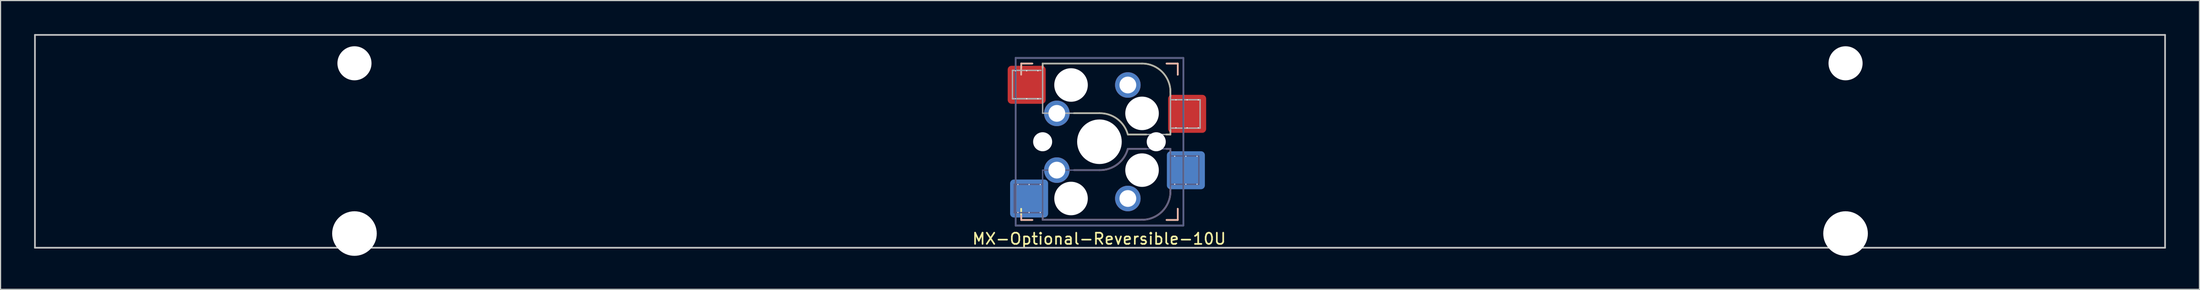
<source format=kicad_pcb>
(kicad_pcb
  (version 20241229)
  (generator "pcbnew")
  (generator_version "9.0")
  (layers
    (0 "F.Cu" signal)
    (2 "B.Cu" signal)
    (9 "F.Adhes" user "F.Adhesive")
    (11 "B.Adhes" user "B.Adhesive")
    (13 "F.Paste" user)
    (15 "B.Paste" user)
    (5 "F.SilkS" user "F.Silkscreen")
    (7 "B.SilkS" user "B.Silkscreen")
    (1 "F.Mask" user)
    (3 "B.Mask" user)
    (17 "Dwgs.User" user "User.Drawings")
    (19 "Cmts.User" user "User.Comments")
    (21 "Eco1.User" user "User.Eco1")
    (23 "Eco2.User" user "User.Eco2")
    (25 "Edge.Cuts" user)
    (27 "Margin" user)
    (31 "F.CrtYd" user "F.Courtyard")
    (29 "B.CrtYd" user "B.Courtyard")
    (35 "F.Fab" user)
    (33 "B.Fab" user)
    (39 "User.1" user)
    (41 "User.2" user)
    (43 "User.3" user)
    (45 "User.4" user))
  (footprint "MX-Optional-Reversible-10U"
    (layer "F.Cu")
    (at 95.325 9.6)
    (property "Reference" "MX-Optional-Reversible-10U" (at -0.077 8.726 180) (layer "F.SilkS") (effects (font (size 1 1) (thickness 0.15))))
    (attr smd)
    (fp_rect (start -8.258 -6.062) (end -4.858 -4.062) (stroke (width 0.1) (type solid)) (fill yes) (layer "F.Mask"))
    (fp_rect (start 6.092 -3.462) (end 9.492 -1.462) (stroke (width 0.1) (type solid)) (fill yes) (layer "F.Mask"))
    (fp_rect (start -8.041 4.118) (end -4.641 6.118) (stroke (width 0.1) (type solid)) (fill yes) (layer "B.Mask"))
    (fp_rect (start 5.979 1.588) (end 9.379 3.588) (stroke (width 0.1) (type solid)) (fill yes) (layer "B.Mask"))
    (fp_line (start -7.051 -6.962) (end -6.051 -6.962) (stroke (width 0.15) (type solid)) (layer "F.SilkS"))
    (fp_line (start -7.051 -6.566) (end -7.051 -6.962) (stroke (width 0.15) (type solid)) (layer "F.SilkS"))
    (fp_line (start -7.051 7.038) (end -7.051 6.038) (stroke (width 0.15) (type solid)) (layer "F.SilkS"))
    (fp_line (start -6.051 7.038) (end -7.051 7.038) (stroke (width 0.15) (type solid)) (layer "F.SilkS"))
    (fp_line (start -5.131 -6.581) (end -5.131 -6.962) (stroke (width 0.15) (type solid)) (layer "F.SilkS"))
    (fp_line (start -2.337 -2.517) (end -0.051 -2.517) (stroke (width 0.15) (type solid)) (layer "F.SilkS"))
    (fp_line (start 2.489 -0.612) (end 4.14 -0.612) (stroke (width 0.15) (type solid)) (layer "F.SilkS"))
    (fp_line (start 3.759 -6.962) (end -5.131 -6.962) (stroke (width 0.15) (type solid)) (layer "F.SilkS"))
    (fp_line (start 5.918 -0.612) (end 6.299 -0.612) (stroke (width 0.15) (type solid)) (layer "F.SilkS"))
    (fp_line (start 5.949 -6.962) (end 6.949 -6.962) (stroke (width 0.15) (type solid)) (layer "F.SilkS"))
    (fp_line (start 6.299 -4.041) (end 6.299 -4.422) (stroke (width 0.15) (type solid)) (layer "F.SilkS"))
    (fp_line (start 6.299 -0.612) (end 6.299 -0.993) (stroke (width 0.15) (type solid)) (layer "F.SilkS"))
    (fp_line (start 6.949 -6.962) (end 6.949 -5.962) (stroke (width 0.15) (type solid)) (layer "F.SilkS"))
    (fp_line (start 6.949 6.038) (end 6.949 7.038) (stroke (width 0.15) (type solid)) (layer "F.SilkS"))
    (fp_line (start 6.949 7.038) (end 5.949 7.038) (stroke (width 0.15) (type solid)) (layer "F.SilkS"))
    (fp_arc (start -0.05085 -2.51696) (mid 1.54712 -2.001754) (end 2.48915 -0.61196) (stroke (width 0.15) (type solid)) (layer "F.SilkS"))
    (fp_arc (start 3.75915 -6.96196) (mid 5.555201 -6.218011) (end 6.29915 -4.42196) (stroke (width 0.15) (type solid)) (layer "F.SilkS"))
    (fp_line (start -7.051 -6.962) (end -6.051 -6.962) (stroke (width 0.15) (type solid)) (layer "B.SilkS"))
    (fp_line (start -7.051 -5.962) (end -7.051 -6.962) (stroke (width 0.15) (type solid)) (layer "B.SilkS"))
    (fp_line (start -7.051 7.038) (end -7.051 6.642) (stroke (width 0.15) (type solid)) (layer "B.SilkS"))
    (fp_line (start -6.051 7.038) (end -7.051 7.038) (stroke (width 0.15) (type solid)) (layer "B.SilkS"))
    (fp_line (start -5.131 7.023) (end -5.131 6.642) (stroke (width 0.15) (type solid)) (layer "B.SilkS"))
    (fp_line (start -5.131 7.023) (end 3.759 7.023) (stroke (width 0.15) (type solid)) (layer "B.SilkS"))
    (fp_line (start -0.051 2.578) (end -2.337 2.578) (stroke (width 0.15) (type solid)) (layer "B.SilkS"))
    (fp_line (start 4.14 0.673) (end 2.489 0.673) (stroke (width 0.15) (type solid)) (layer "B.SilkS"))
    (fp_line (start 5.949 -6.962) (end 6.949 -6.962) (stroke (width 0.15) (type solid)) (layer "B.SilkS"))
    (fp_line (start 6.299 0.673) (end 5.918 0.673) (stroke (width 0.15) (type solid)) (layer "B.SilkS"))
    (fp_line (start 6.299 1.054) (end 6.299 0.673) (stroke (width 0.15) (type solid)) (layer "B.SilkS"))
    (fp_line (start 6.299 4.483) (end 6.299 4.102) (stroke (width 0.15) (type solid)) (layer "B.SilkS"))
    (fp_line (start 6.949 -6.962) (end 6.949 -5.962) (stroke (width 0.15) (type solid)) (layer "B.SilkS"))
    (fp_line (start 6.949 6.038) (end 6.949 7.038) (stroke (width 0.15) (type solid)) (layer "B.SilkS"))
    (fp_line (start 6.949 7.038) (end 5.949 7.038) (stroke (width 0.15) (type solid)) (layer "B.SilkS"))
    (fp_arc (start 2.48915 0.67304) (mid 1.547119 2.062831) (end -0.05085 2.57804) (stroke (width 0.15) (type solid)) (layer "B.SilkS"))
    (fp_arc (start 6.29915 4.48304) (mid 5.555201 6.279091) (end 3.75915 7.02304) (stroke (width 0.15) (type solid)) (layer "B.SilkS"))
    (fp_line (start -95.25 9.525) (end -95.25 -9.525) (stroke (width 0.15) (type solid)) (layer "Dwgs.User"))
    (fp_line (start 95.25 -9.525) (end -95.25 -9.525) (stroke (width 0.15) (type solid)) (layer "Dwgs.User"))
    (fp_line (start 95.25 9.525) (end -95.25 9.525) (stroke (width 0.15) (type solid)) (layer "Dwgs.User"))
    (fp_line (start 95.25 9.525) (end 95.25 -9.525) (stroke (width 0.15) (type solid)) (layer "Dwgs.User"))
    (fp_line (start -6.951 6.938) (end -6.951 -6.862) (stroke (width 0.15) (type solid)) (layer "Eco2.User"))
    (fp_line (start -6.951 6.938) (end 6.849 6.938) (stroke (width 0.15) (type solid)) (layer "Eco2.User"))
    (fp_line (start 6.849 -6.862) (end -6.951 -6.862) (stroke (width 0.15) (type solid)) (layer "Eco2.User"))
    (fp_line (start 6.849 -6.862) (end 6.849 6.938) (stroke (width 0.15) (type solid)) (layer "Eco2.User"))
    (fp_line (start -7.671 3.848) (end -7.671 6.388) (stroke (width 0.12) (type solid)) (layer "B.Fab"))
    (fp_line (start -7.671 6.388) (end -5.131 6.388) (stroke (width 0.12) (type solid)) (layer "B.Fab"))
    (fp_line (start -7.551 -7.462) (end 7.449 -7.462) (stroke (width 0.15) (type solid)) (layer "B.Fab"))
    (fp_line (start -7.551 7.538) (end -7.551 -7.462) (stroke (width 0.15) (type solid)) (layer "B.Fab"))
    (fp_line (start -5.131 2.578) (end -5.131 7.023) (stroke (width 0.12) (type solid)) (layer "B.Fab"))
    (fp_line (start -5.131 3.848) (end -7.671 3.848) (stroke (width 0.12) (type solid)) (layer "B.Fab"))
    (fp_line (start -5.131 7.023) (end 3.759 7.023) (stroke (width 0.12) (type solid)) (layer "B.Fab"))
    (fp_line (start -0.051 2.578) (end -5.131 2.578) (stroke (width 0.12) (type solid)) (layer "B.Fab"))
    (fp_line (start 6.299 0.673) (end 2.489 0.673) (stroke (width 0.12) (type solid)) (layer "B.Fab"))
    (fp_line (start 6.299 3.848) (end 8.839 3.848) (stroke (width 0.12) (type solid)) (layer "B.Fab"))
    (fp_line (start 6.299 4.483) (end 6.299 0.673) (stroke (width 0.12) (type solid)) (layer "B.Fab"))
    (fp_line (start 7.449 -7.462) (end 7.449 7.538) (stroke (width 0.15) (type solid)) (layer "B.Fab"))
    (fp_line (start 7.449 7.538) (end -7.551 7.538) (stroke (width 0.15) (type solid)) (layer "B.Fab"))
    (fp_line (start 8.839 1.308) (end 6.299 1.308) (stroke (width 0.12) (type solid)) (layer "B.Fab"))
    (fp_line (start 8.839 3.848) (end 8.839 1.308) (stroke (width 0.12) (type solid)) (layer "B.Fab"))
    (fp_arc (start 2.48915 0.67304) (mid 1.547119 2.062831) (end -0.05085 2.57804) (stroke (width 0.12) (type solid)) (layer "B.Fab"))
    (fp_arc (start 6.29915 4.48304) (mid 5.555201 6.279091) (end 3.75915 7.02304) (stroke (width 0.12) (type solid)) (layer "B.Fab"))
    (fp_line (start -7.828 -6.352) (end -7.828 -3.812) (stroke (width 0.12) (type solid)) (layer "F.Fab"))
    (fp_line (start -7.828 -3.812) (end -5.288 -3.812) (stroke (width 0.12) (type solid)) (layer "F.Fab"))
    (fp_line (start -7.828 -3.812) (end -5.288 -3.812) (stroke (width 0.12) (type solid)) (layer "F.Fab"))
    (fp_line (start -7.551 -7.462) (end 7.449 -7.462) (stroke (width 0.15) (type solid)) (layer "F.Fab"))
    (fp_line (start -7.551 7.538) (end -7.551 -7.462) (stroke (width 0.15) (type solid)) (layer "F.Fab"))
    (fp_line (start -5.288 -6.352) (end -7.828 -6.352) (stroke (width 0.12) (type solid)) (layer "F.Fab"))
    (fp_line (start -5.131 -6.962) (end -5.131 -2.517) (stroke (width 0.12) (type solid)) (layer "F.Fab"))
    (fp_line (start -5.131 -2.517) (end -0.051 -2.517) (stroke (width 0.12) (type solid)) (layer "F.Fab"))
    (fp_line (start 2.489 -0.612) (end 6.299 -0.612) (stroke (width 0.12) (type solid)) (layer "F.Fab"))
    (fp_line (start 3.759 -6.962) (end -5.131 -6.962) (stroke (width 0.12) (type solid)) (layer "F.Fab"))
    (fp_line (start 6.299 -0.612) (end 6.299 -4.422) (stroke (width 0.12) (type solid)) (layer "F.Fab"))
    (fp_line (start 6.412 -1.182) (end 8.952 -1.182) (stroke (width 0.12) (type solid)) (layer "F.Fab"))
    (fp_line (start 7.449 -7.462) (end 7.449 7.538) (stroke (width 0.15) (type solid)) (layer "F.Fab"))
    (fp_line (start 7.449 7.538) (end -7.551 7.538) (stroke (width 0.15) (type solid)) (layer "F.Fab"))
    (fp_line (start 8.952 -3.722) (end 6.412 -3.722) (stroke (width 0.12) (type solid)) (layer "F.Fab"))
    (fp_line (start 8.952 -1.182) (end 8.952 -3.722) (stroke (width 0.12) (type solid)) (layer "F.Fab"))
    (fp_arc (start -0.05085 -2.51696) (mid 1.547122 -2.001755) (end 2.48915 -0.61196) (stroke (width 0.12) (type solid)) (layer "F.Fab"))
    (fp_arc (start 3.75915 -6.96196) (mid 5.555201 -6.218011) (end 6.29915 -4.42196) (stroke (width 0.12) (type solid)) (layer "F.Fab"))
    (pad "" np_thru_hole circle (at -66.675 -6.985) (size 3.048 3.048) (drill 3.048) (layers "*.Cu" "*.Mask"))
    (pad "" np_thru_hole circle (at -66.675 8.255) (size 3.988 3.988) (drill 3.988) (layers "*.Cu" "*.Mask"))
    (pad "" np_thru_hole circle (at -5.131 0.038) (size 1.702 1.702) (drill 1.702) (layers "*.Cu" "*.Mask"))
    (pad "" np_thru_hole circle (at -2.591 -5.042) (size 3 3) (drill 3) (layers "*.Cu" "*.Mask"))
    (pad "" np_thru_hole circle (at -2.591 5.118) (size 3 3) (drill 3) (layers "*.Cu" "*.Mask"))
    (pad "" np_thru_hole circle (at -0.051 0.038) (size 3.988 3.988) (drill 3.988) (layers "*.Cu" "*.Mask"))
    (pad "" np_thru_hole circle (at 3.759 -2.502) (size 3 3) (drill 3) (layers "*.Cu" "*.Mask"))
    (pad "" np_thru_hole circle (at 3.759 2.578) (size 3 3) (drill 3) (layers "*.Cu" "*.Mask"))
    (pad "" np_thru_hole circle (at 5.029 0.038) (size 1.702 1.702) (drill 1.702) (layers "*.Cu" "*.Mask"))
    (pad "" np_thru_hole circle (at 66.675 -6.985) (size 3.048 3.048) (drill 3.048) (layers "*.Cu" "*.Mask"))
    (pad "" np_thru_hole circle (at 66.675 8.255) (size 3.988 3.988) (drill 3.988) (layers "*.Cu" "*.Mask"))
    (pad "1" thru_hole circle (at -7.558 -6.312 270) (size 0.1 0.1) (drill 0.3) (layers "*.Cu" "*.Mask"))
    (pad "1" thru_hole circle (at -7.558 -3.812 270) (size 0.1 0.1) (drill 0.3) (layers "*.Cu" "*.Mask"))
    (pad "1" thru_hole circle (at -7.341 3.868 270) (size 0.1 0.1) (drill 0.3) (layers "*.Cu" "*.Mask"))
    (pad "1" thru_hole circle (at -7.341 6.368 270) (size 0.1 0.1) (drill 0.3) (layers "*.Cu" "*.Mask"))
    (pad "1" thru_hole circle (at -6.558 -6.312 270) (size 0.1 0.1) (drill 0.3) (layers "*.Cu"))
    (pad "1" smd roundrect (at -6.558 -5.062 180) (size 3.4 3.4) (property pad_prop_bga) (layers "F.Cu" "F.Paste") (roundrect_rratio 0.1))
    (pad "1" thru_hole circle (at -6.558 -3.812 270) (size 0.1 0.1) (drill 0.3) (layers "*.Cu" "*.Mask"))
    (pad "1" thru_hole circle (at -6.341 3.868 270) (size 0.1 0.1) (drill 0.3) (layers "*.Cu"))
    (pad "1" smd roundrect (at -6.341 5.118) (size 3.4 3.4) (property pad_prop_bga) (layers "B.Cu" "B.Paste") (roundrect_rratio 0.1))
    (pad "1" thru_hole circle (at -6.341 6.368 270) (size 0.1 0.1) (drill 0.3) (layers "*.Cu" "*.Mask"))
    (pad "1" thru_hole circle (at -5.558 -6.312 270) (size 0.1 0.1) (drill 0.3) (layers "*.Cu"))
    (pad "1" thru_hole circle (at -5.558 -3.812 270) (size 0.1 0.1) (drill 0.3) (layers "*.Cu" "*.Mask"))
    (pad "1" thru_hole circle (at -5.341 3.868 270) (size 0.1 0.1) (drill 0.3) (layers "*.Cu"))
    (pad "1" thru_hole circle (at -5.341 6.368 270) (size 0.1 0.1) (drill 0.3) (layers "*.Cu" "*.Mask"))
    (pad "1" thru_hole circle (at -3.861 -2.502) (size 2.286 2.286) (drill 1.499) (layers "*.Cu" "*.Mask"))
    (pad "1" thru_hole circle (at -3.861 2.578) (size 2.286 2.286) (drill 1.499) (layers "*.Cu" "*.Mask"))
    (pad "2" thru_hole circle (at 2.489 -5.042) (size 2.286 2.286) (drill 1.499) (layers "*.Cu" "*.Mask"))
    (pad "2" thru_hole circle (at 2.489 5.118) (size 2.286 2.286) (drill 1.499) (layers "*.Cu" "*.Mask"))
    (pad "2" thru_hole circle (at 6.679 1.338 270) (size 0.1 0.1) (drill 0.3) (layers "*.Cu" "*.Mask"))
    (pad "2" thru_hole circle (at 6.679 3.838 270) (size 0.1 0.1) (drill 0.3) (layers "*.Cu" "*.Mask"))
    (pad "2" thru_hole circle (at 6.792 -3.712 270) (size 0.1 0.1) (drill 0.3) (layers "*.Cu" "*.Mask"))
    (pad "2" thru_hole circle (at 6.792 -1.212 270) (size 0.1 0.1) (drill 0.3) (layers "*.Cu" "*.Mask"))
    (pad "2" thru_hole circle (at 7.679 1.338 270) (size 0.1 0.1) (drill 0.3) (layers "*.Cu" "*.Mask"))
    (pad "2" smd roundrect (at 7.679 2.588) (size 3.4 3.4) (property pad_prop_bga) (layers "B.Cu" "B.Paste") (roundrect_rratio 0.1))
    (pad "2" thru_hole circle (at 7.679 3.838 270) (size 0.1 0.1) (drill 0.3) (layers "*.Cu"))
    (pad "2" thru_hole circle (at 7.792 -3.712 270) (size 0.1 0.1) (drill 0.3) (layers "*.Cu"))
    (pad "2" smd roundrect (at 7.792 -2.462 180) (size 3.4 3.4) (property pad_prop_bga) (layers "F.Cu" "F.Paste") (roundrect_rratio 0.1))
    (pad "2" thru_hole circle (at 7.792 -1.212 270) (size 0.1 0.1) (drill 0.3) (layers "*.Cu" "*.Mask"))
    (pad "2" thru_hole circle (at 8.679 1.338 270) (size 0.1 0.1) (drill 0.3) (layers "*.Cu" "*.Mask"))
    (pad "2" thru_hole circle (at 8.679 3.838 270) (size 0.1 0.1) (drill 0.3) (layers "*.Cu"))
    (pad "2" thru_hole circle (at 8.792 -3.712 270) (size 0.1 0.1) (drill 0.3) (layers "*.Cu"))
    (pad "2" thru_hole circle (at 8.792 -1.212 270) (size 0.1 0.1) (drill 0.3) (layers "*.Cu" "*.Mask")))
  (gr_rect
    (start -3 -3)
    (end 193.65 22.849)
    (stroke (width 0.1) (type default))
    (fill no)
    (layer "Edge.Cuts")))
</source>
